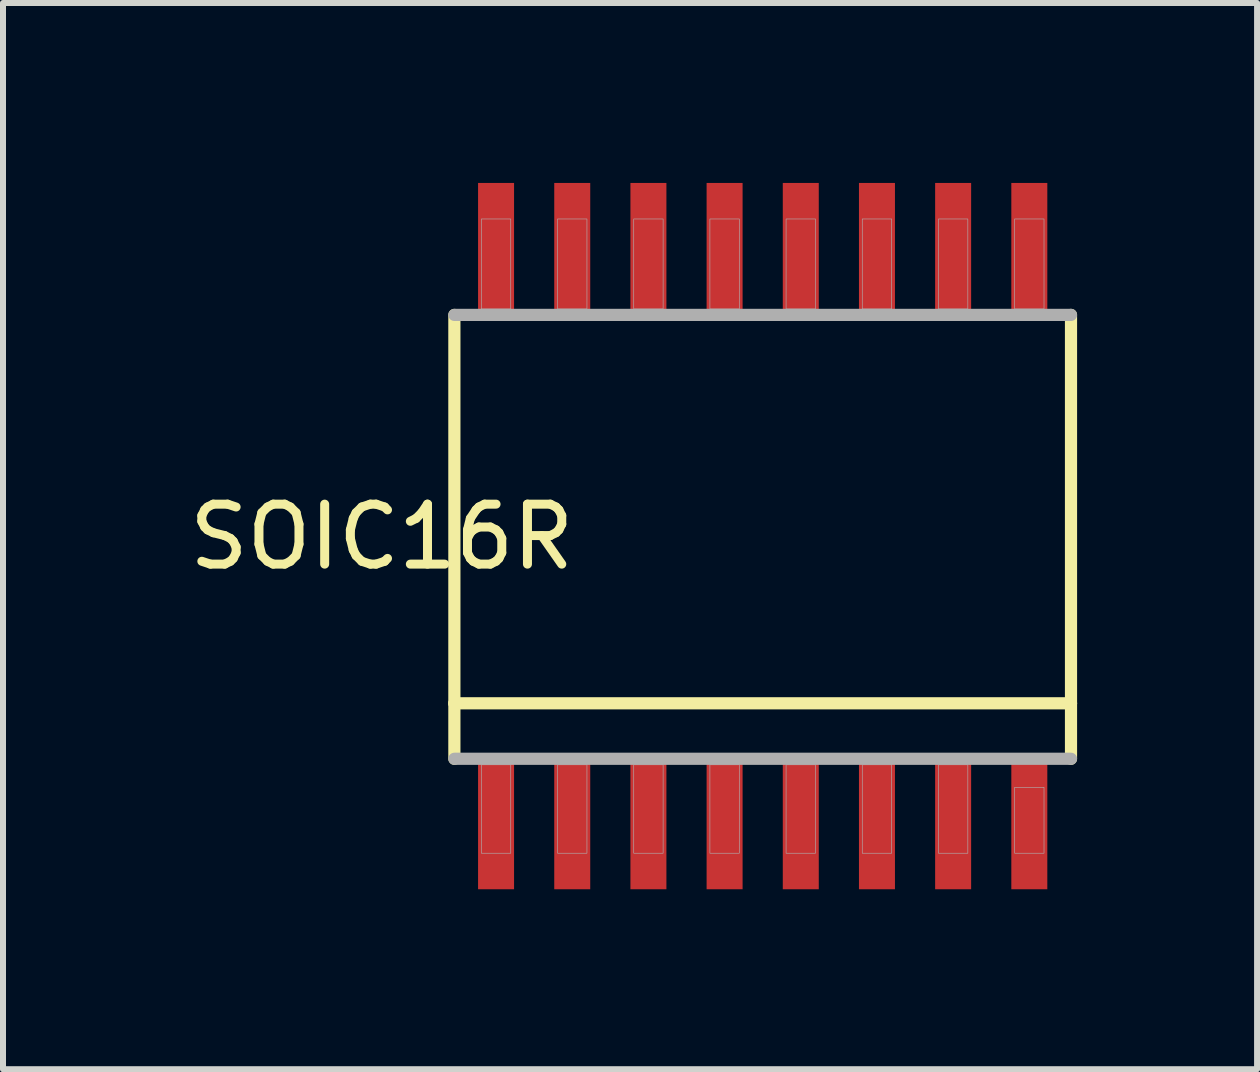
<source format=kicad_pcb>
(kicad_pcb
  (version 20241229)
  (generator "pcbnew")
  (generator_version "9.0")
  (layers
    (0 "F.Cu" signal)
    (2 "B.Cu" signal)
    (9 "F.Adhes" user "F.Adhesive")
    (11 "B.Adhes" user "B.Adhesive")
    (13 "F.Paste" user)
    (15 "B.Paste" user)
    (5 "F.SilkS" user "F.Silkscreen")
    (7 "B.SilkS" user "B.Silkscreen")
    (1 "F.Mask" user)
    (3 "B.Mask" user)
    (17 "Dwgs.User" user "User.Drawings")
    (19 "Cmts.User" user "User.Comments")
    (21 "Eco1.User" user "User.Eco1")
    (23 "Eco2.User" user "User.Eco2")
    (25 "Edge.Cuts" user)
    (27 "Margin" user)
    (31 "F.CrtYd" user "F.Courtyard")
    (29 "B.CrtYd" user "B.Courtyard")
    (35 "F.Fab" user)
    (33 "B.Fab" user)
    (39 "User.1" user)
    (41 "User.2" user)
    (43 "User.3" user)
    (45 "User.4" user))
  (footprint "SOIC16R"
    (layer "F.Cu")
    (at 9.665 5.9)
    (property "Reference" "SOIC16R" (at -6.35 0 180) (layer "F.SilkS") (effects (font (size 1 1) (thickness 0.15))))
    (attr smd)
    (fp_line (start -5.14 2.775) (end -5.14 -3.7) (stroke (width 0.203) (type solid)) (layer "F.SilkS"))
    (fp_line (start -5.14 3.7) (end -5.14 2.775) (stroke (width 0.203) (type solid)) (layer "F.SilkS"))
    (fp_line (start 5.14 -3.7) (end 5.14 2.775) (stroke (width 0.203) (type solid)) (layer "F.SilkS"))
    (fp_line (start 5.14 2.775) (end -5.14 2.775) (stroke (width 0.203) (type solid)) (layer "F.SilkS"))
    (fp_line (start 5.14 2.775) (end 5.14 3.7) (stroke (width 0.203) (type solid)) (layer "F.SilkS"))
    (fp_line (start -5.14 -3.7) (end 5.14 -3.7) (stroke (width 0.203) (type solid)) (layer "F.Fab"))
    (fp_line (start 5.14 3.7) (end -5.14 3.7) (stroke (width 0.203) (type solid)) (layer "F.Fab"))
    (fp_poly (pts (xy -4.69 -5.3) (xy -4.2 -5.3) (xy -4.2 -3.8) (xy -4.69 -3.8)) (stroke (width 0.01) (type solid)) (fill no) (layer "F.Fab"))
    (fp_poly (pts (xy -4.69 3.8) (xy -4.2 3.8) (xy -4.2 5.275) (xy -4.69 5.275)) (stroke (width 0.01) (type solid)) (fill no) (layer "F.Fab"))
    (fp_poly (pts (xy -3.42 -5.3) (xy -2.93 -5.3) (xy -2.93 -3.8) (xy -3.42 -3.8)) (stroke (width 0.01) (type solid)) (fill no) (layer "F.Fab"))
    (fp_poly (pts (xy -3.42 3.8) (xy -2.93 3.8) (xy -2.93 5.275) (xy -3.42 5.275)) (stroke (width 0.01) (type solid)) (fill no) (layer "F.Fab"))
    (fp_poly (pts (xy -2.15 -5.3) (xy -1.66 -5.3) (xy -1.66 -3.8) (xy -2.15 -3.8)) (stroke (width 0.01) (type solid)) (fill no) (layer "F.Fab"))
    (fp_poly (pts (xy -2.15 3.8) (xy -1.66 3.8) (xy -1.66 5.275) (xy -2.15 5.275)) (stroke (width 0.01) (type solid)) (fill no) (layer "F.Fab"))
    (fp_poly (pts (xy -0.88 -5.3) (xy -0.39 -5.3) (xy -0.39 -3.8) (xy -0.88 -3.8)) (stroke (width 0.01) (type solid)) (fill no) (layer "F.Fab"))
    (fp_poly (pts (xy -0.88 3.8) (xy -0.39 3.8) (xy -0.39 5.275) (xy -0.88 5.275)) (stroke (width 0.01) (type solid)) (fill no) (layer "F.Fab"))
    (fp_poly (pts (xy 0.39 -5.3) (xy 0.88 -5.3) (xy 0.88 -3.8) (xy 0.39 -3.8)) (stroke (width 0.01) (type solid)) (fill no) (layer "F.Fab"))
    (fp_poly (pts (xy 0.39 3.8) (xy 0.88 3.8) (xy 0.88 5.275) (xy 0.39 5.275)) (stroke (width 0.01) (type solid)) (fill no) (layer "F.Fab"))
    (fp_poly (pts (xy 1.66 -5.3) (xy 2.15 -5.3) (xy 2.15 -3.8) (xy 1.66 -3.8)) (stroke (width 0.01) (type solid)) (fill no) (layer "F.Fab"))
    (fp_poly (pts (xy 1.66 3.8) (xy 2.15 3.8) (xy 2.15 5.275) (xy 1.66 5.275)) (stroke (width 0.01) (type solid)) (fill no) (layer "F.Fab"))
    (fp_poly (pts (xy 2.93 -5.3) (xy 3.42 -5.3) (xy 3.42 -3.8) (xy 2.93 -3.8)) (stroke (width 0.01) (type solid)) (fill no) (layer "F.Fab"))
    (fp_poly (pts (xy 2.93 3.8) (xy 3.42 3.8) (xy 3.42 5.275) (xy 2.93 5.275)) (stroke (width 0.01) (type solid)) (fill no) (layer "F.Fab"))
    (fp_poly (pts (xy 4.2 -5.3) (xy 4.69 -5.3) (xy 4.69 -3.8) (xy 4.2 -3.8)) (stroke (width 0.01) (type solid)) (fill no) (layer "F.Fab"))
    (fp_poly (pts (xy 4.2 4.175) (xy 4.69 4.175) (xy 4.69 5.275) (xy 4.2 5.275)) (stroke (width 0.01) (type solid)) (fill no) (layer "F.Fab"))
    (pad "1" smd rect (at -4.445 4.775) (size 0.6 2.2) (layers "F.Cu" "F.Mask" "F.Paste"))
    (pad "2" smd rect (at -3.175 4.775) (size 0.6 2.2) (layers "F.Cu" "F.Mask" "F.Paste"))
    (pad "3" smd rect (at -1.905 4.775) (size 0.6 2.2) (layers "F.Cu" "F.Mask" "F.Paste"))
    (pad "4" smd rect (at -0.635 4.775) (size 0.6 2.2) (layers "F.Cu" "F.Mask" "F.Paste"))
    (pad "5" smd rect (at 0.635 4.775) (size 0.6 2.2) (layers "F.Cu" "F.Mask" "F.Paste"))
    (pad "6" smd rect (at 1.905 4.775) (size 0.6 2.2) (layers "F.Cu" "F.Mask" "F.Paste"))
    (pad "7" smd rect (at 3.175 4.775) (size 0.6 2.2) (layers "F.Cu" "F.Mask" "F.Paste"))
    (pad "8" smd rect (at 4.445 4.775) (size 0.6 2.2) (layers "F.Cu" "F.Mask" "F.Paste"))
    (pad "9" smd rect (at 4.445 -4.8) (size 0.6 2.2) (layers "F.Cu" "F.Mask" "F.Paste"))
    (pad "10" smd rect (at 3.175 -4.8) (size 0.6 2.2) (layers "F.Cu" "F.Mask" "F.Paste"))
    (pad "11" smd rect (at 1.905 -4.8) (size 0.6 2.2) (layers "F.Cu" "F.Mask" "F.Paste"))
    (pad "12" smd rect (at 0.635 -4.8) (size 0.6 2.2) (layers "F.Cu" "F.Mask" "F.Paste"))
    (pad "13" smd rect (at -0.635 -4.8) (size 0.6 2.2) (layers "F.Cu" "F.Mask" "F.Paste"))
    (pad "14" smd rect (at -1.905 -4.8) (size 0.6 2.2) (layers "F.Cu" "F.Mask" "F.Paste"))
    (pad "15" smd rect (at -3.175 -4.8) (size 0.6 2.2) (layers "F.Cu" "F.Mask" "F.Paste"))
    (pad "16" smd rect (at -4.445 -4.8) (size 0.6 2.2) (layers "F.Cu" "F.Mask" "F.Paste")))
  (gr_rect
    (start -3 -3)
    (end 17.907 14.775)
    (stroke (width 0.1) (type default))
    (fill no)
    (layer "Edge.Cuts")))
</source>
